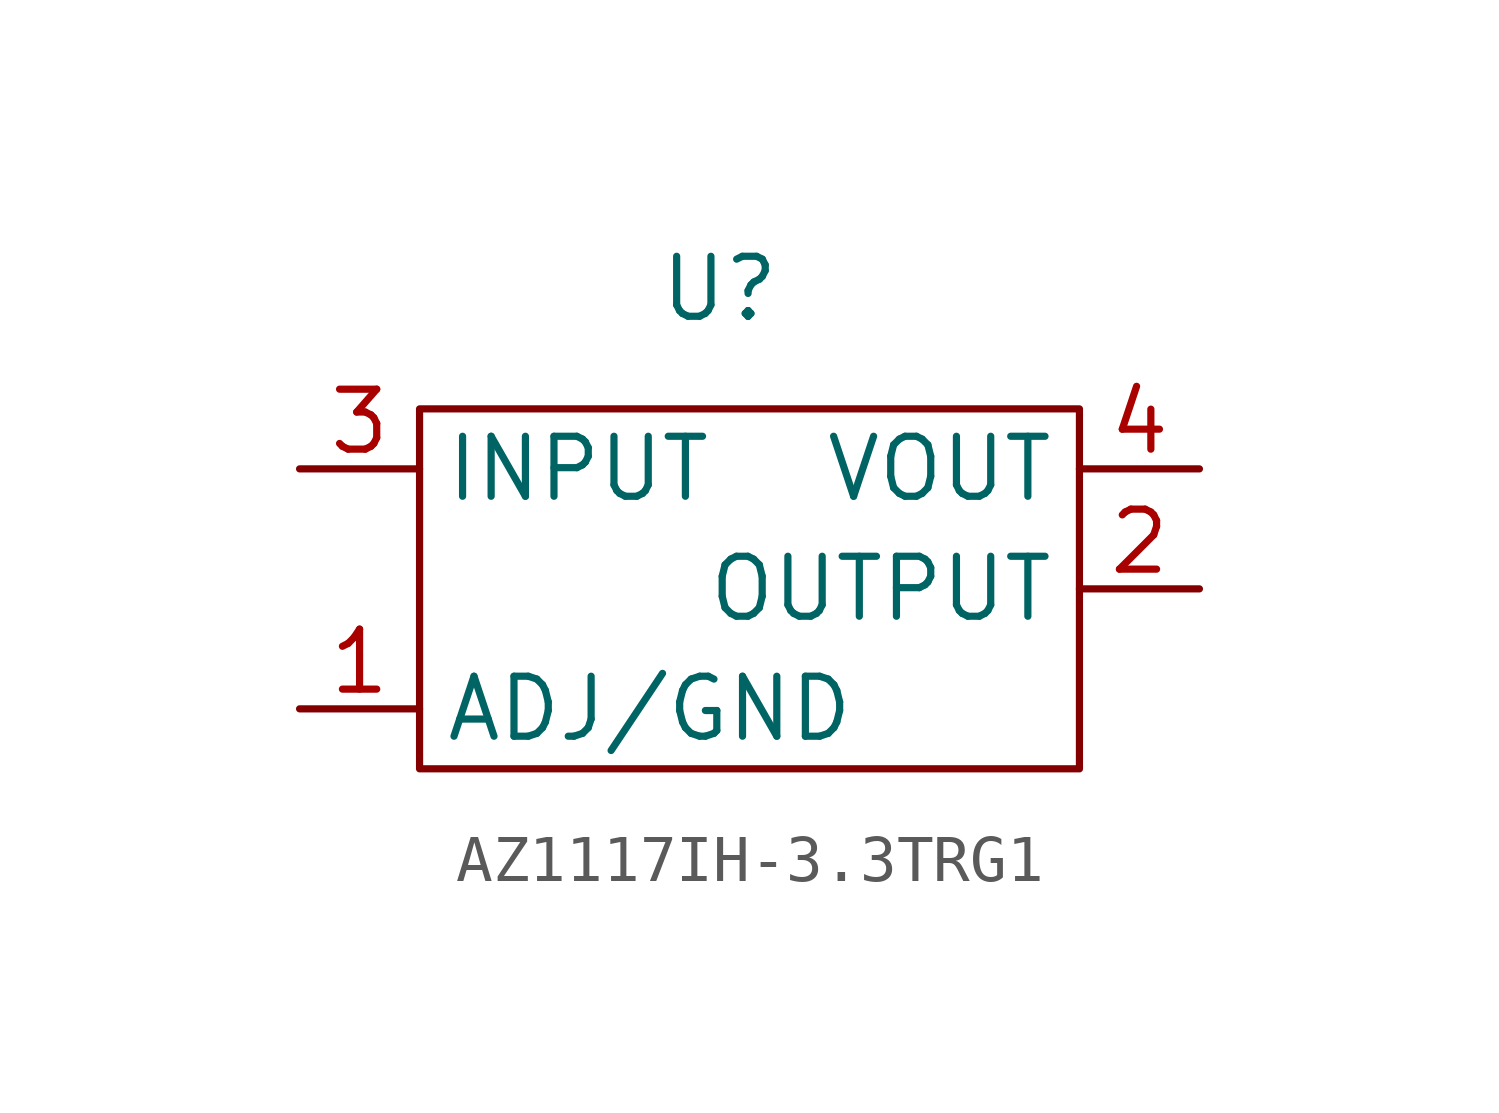
<source format=kicad_sym>
(kicad_symbol_lib
  (version 20220914)
  (generator kicad_symbol_editor)
  (symbol "AZ1117IH-3.3TRG1"
    (property "Reference" "U"
      (at 0 0 0)
      (effects (font (size 1.27 1.27))))
    (symbol "AZ1117IH-3.3TRG1_0_1"
      (rectangle (start -6.35 -2.54) (end 7.62 -10.16) (stroke (width 0) (type default)) (fill (type none))))
    (symbol "AZ1117IH-3.3TRG1_1_1"
      (pin input line (at -8.89 -8.89 0) (length 2.54) (name "ADJ/GND" (effects (font (size 1.27 1.27)))) (number "1" (effects (font (size 1.27 1.27)))))
      (pin output line (at 10.16 -6.35 180) (length 2.54) (name "OUTPUT" (effects (font (size 1.27 1.27)))) (number "2" (effects (font (size 1.27 1.27)))))
      (pin input line (at -8.89 -3.81 0) (length 2.54) (name "INPUT" (effects (font (size 1.27 1.27)))) (number "3" (effects (font (size 1.27 1.27)))))
      (pin output line (at 10.16 -3.81 180) (length 2.54) (name "VOUT" (effects (font (size 1.27 1.27)))) (number "4" (effects (font (size 1.27 1.27))))))))
</source>
